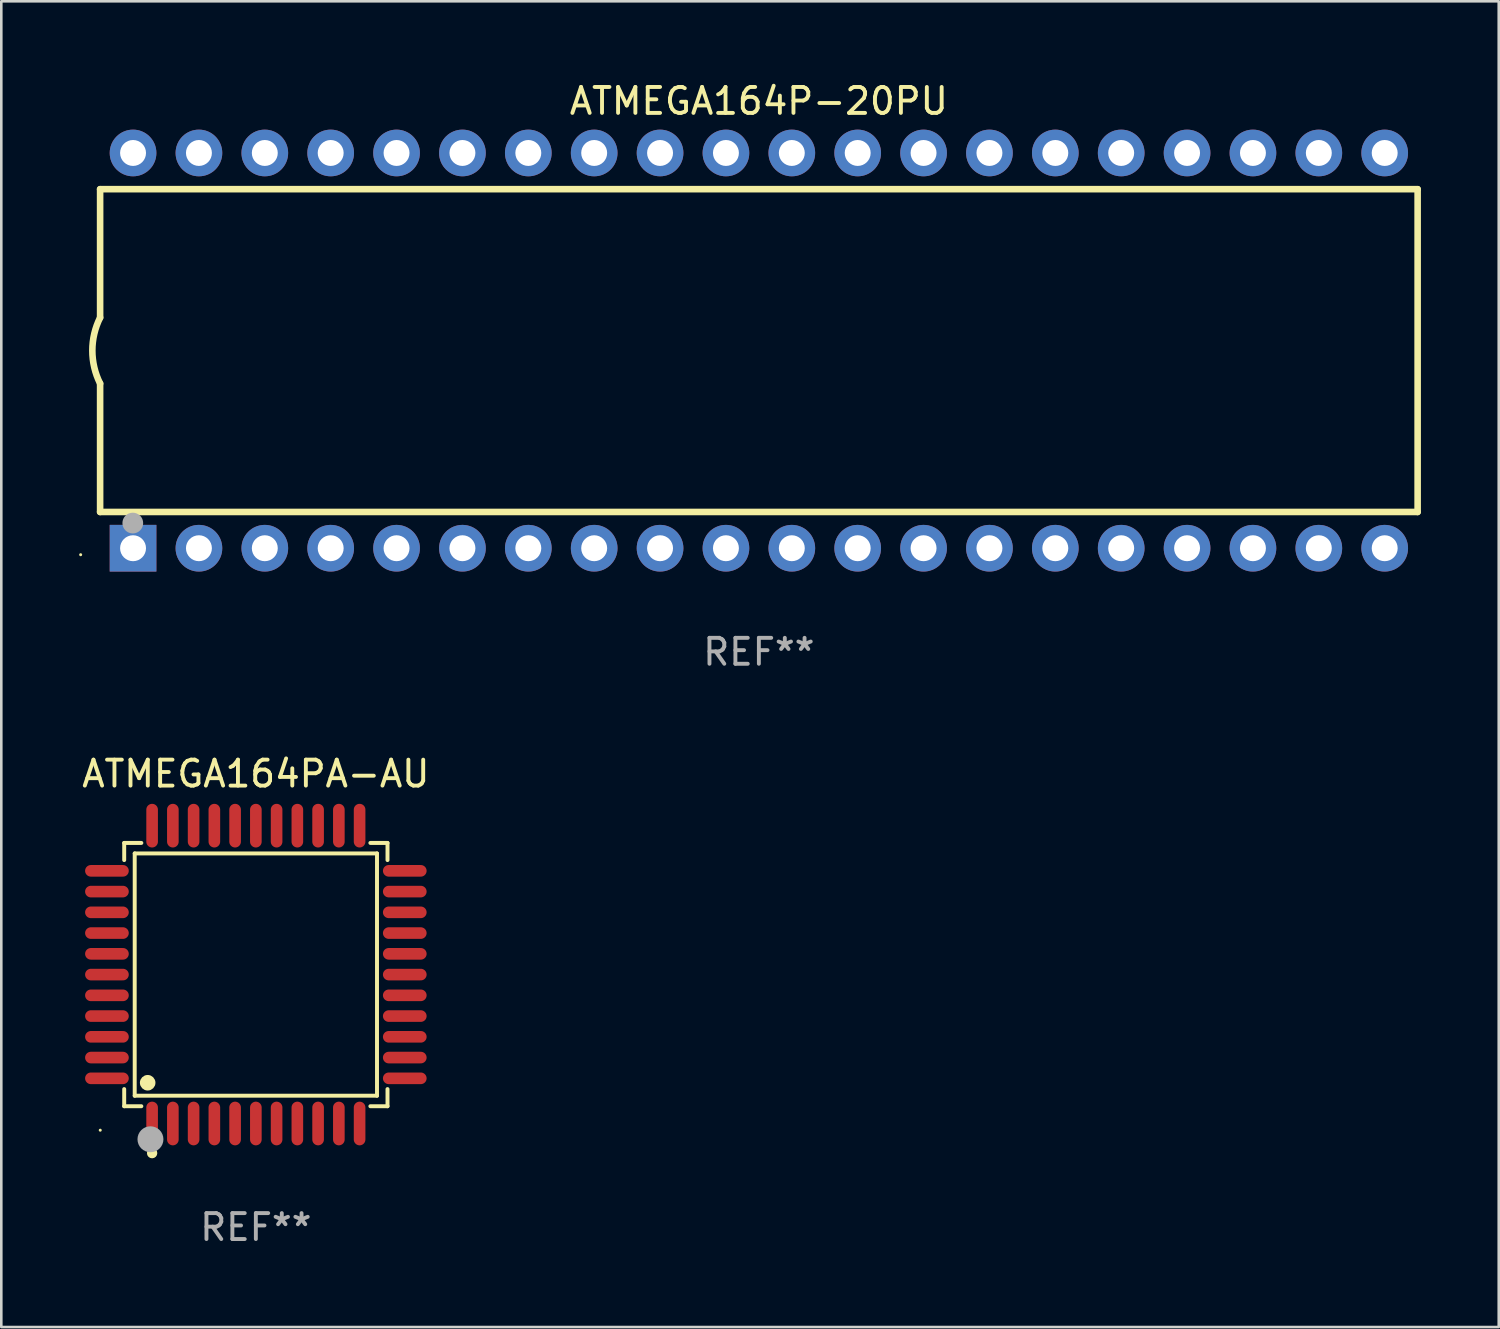
<source format=kicad_pcb>
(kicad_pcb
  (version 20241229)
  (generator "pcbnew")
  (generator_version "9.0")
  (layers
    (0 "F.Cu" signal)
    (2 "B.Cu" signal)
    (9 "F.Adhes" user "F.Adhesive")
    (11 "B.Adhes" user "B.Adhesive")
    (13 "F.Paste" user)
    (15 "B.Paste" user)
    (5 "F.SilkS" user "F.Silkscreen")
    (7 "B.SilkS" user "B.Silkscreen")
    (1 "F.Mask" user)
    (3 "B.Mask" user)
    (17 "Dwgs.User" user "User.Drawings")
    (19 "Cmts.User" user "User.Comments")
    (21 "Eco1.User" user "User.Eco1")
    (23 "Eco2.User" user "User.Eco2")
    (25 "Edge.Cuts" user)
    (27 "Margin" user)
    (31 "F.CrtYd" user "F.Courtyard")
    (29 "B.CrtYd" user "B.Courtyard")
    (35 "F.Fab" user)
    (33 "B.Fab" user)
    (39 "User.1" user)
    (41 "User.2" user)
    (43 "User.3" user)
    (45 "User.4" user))
  (footprint "ATMEGA164PA-AU"
    (layer "F.Cu")
    (at 6.815 34.527)
    (property "Reference" "ATMEGA164PA-AU" (at 0 -7.742 0) (layer "F.SilkS") (effects (font (size 1 1) (thickness 0.15))))
    (attr through_hole)
    (fp_line (start -5.076 -5.076) (end -4.415 -5.076) (stroke (width 0.152) (type solid)) (layer "F.SilkS"))
    (fp_line (start -5.076 -4.415) (end -5.076 -5.076) (stroke (width 0.152) (type solid)) (layer "F.SilkS"))
    (fp_line (start -5.076 4.415) (end -5.076 5.076) (stroke (width 0.152) (type solid)) (layer "F.SilkS"))
    (fp_line (start -5.076 5.076) (end -4.415 5.076) (stroke (width 0.152) (type solid)) (layer "F.SilkS"))
    (fp_line (start -4.671 -4.671) (end 4.671 -4.671) (stroke (width 0.152) (type solid)) (layer "F.SilkS"))
    (fp_line (start -4.671 4.671) (end -4.671 -4.671) (stroke (width 0.152) (type solid)) (layer "F.SilkS"))
    (fp_line (start 4.671 -4.671) (end 4.671 4.671) (stroke (width 0.152) (type solid)) (layer "F.SilkS"))
    (fp_line (start 4.671 4.671) (end -4.671 4.671) (stroke (width 0.152) (type solid)) (layer "F.SilkS"))
    (fp_line (start 5.076 -5.076) (end 4.415 -5.076) (stroke (width 0.152) (type solid)) (layer "F.SilkS"))
    (fp_line (start 5.076 -4.415) (end 5.076 -5.076) (stroke (width 0.152) (type solid)) (layer "F.SilkS"))
    (fp_line (start 5.076 4.415) (end 5.076 5.076) (stroke (width 0.152) (type solid)) (layer "F.SilkS"))
    (fp_line (start 5.076 5.076) (end 4.415 5.076) (stroke (width 0.152) (type solid)) (layer "F.SilkS"))
    (fp_circle (center -6 6) (end -5.97 6) (stroke (width 0.06) (type solid)) (fill no) (layer "F.SilkS"))
    (fp_circle (center -4.171 4.171) (end -4.021 4.171) (stroke (width 0.3) (type solid)) (fill no) (layer "F.SilkS"))
    (fp_circle (center -4 6.884) (end -3.9 6.884) (stroke (width 0.2) (type solid)) (fill no) (layer "F.SilkS"))
    (fp_circle (center -4.064 6.35) (end -3.814 6.35) (stroke (width 0.5) (type solid)) (fill no) (layer "F.Fab"))
    (fp_text user "REF**" (at 0 9.742 0) (layer "F.Fab") (effects (font (size 1 1) (thickness 0.15))))
    (pad "1" smd oval (at -4 5.742) (size 0.448 1.684) (layers "F.Cu" "F.Mask" "F.Paste"))
    (pad "2" smd oval (at -3.2 5.742) (size 0.448 1.684) (layers "F.Cu" "F.Mask" "F.Paste"))
    (pad "3" smd oval (at -2.4 5.742) (size 0.448 1.684) (layers "F.Cu" "F.Mask" "F.Paste"))
    (pad "4" smd oval (at -1.6 5.742) (size 0.448 1.684) (layers "F.Cu" "F.Mask" "F.Paste"))
    (pad "5" smd oval (at -0.8 5.742) (size 0.448 1.684) (layers "F.Cu" "F.Mask" "F.Paste"))
    (pad "6" smd oval (at 0 5.742) (size 0.448 1.684) (layers "F.Cu" "F.Mask" "F.Paste"))
    (pad "7" smd oval (at 0.8 5.742) (size 0.448 1.684) (layers "F.Cu" "F.Mask" "F.Paste"))
    (pad "8" smd oval (at 1.6 5.742) (size 0.448 1.684) (layers "F.Cu" "F.Mask" "F.Paste"))
    (pad "9" smd oval (at 2.4 5.742) (size 0.448 1.684) (layers "F.Cu" "F.Mask" "F.Paste"))
    (pad "10" smd oval (at 3.2 5.742) (size 0.448 1.684) (layers "F.Cu" "F.Mask" "F.Paste"))
    (pad "11" smd oval (at 4 5.742) (size 0.448 1.684) (layers "F.Cu" "F.Mask" "F.Paste"))
    (pad "12" smd oval (at 5.742 4) (size 1.684 0.448) (layers "F.Cu" "F.Mask" "F.Paste"))
    (pad "13" smd oval (at 5.742 3.2) (size 1.684 0.448) (layers "F.Cu" "F.Mask" "F.Paste"))
    (pad "14" smd oval (at 5.742 2.4) (size 1.684 0.448) (layers "F.Cu" "F.Mask" "F.Paste"))
    (pad "15" smd oval (at 5.742 1.6) (size 1.684 0.448) (layers "F.Cu" "F.Mask" "F.Paste"))
    (pad "16" smd oval (at 5.742 0.8) (size 1.684 0.448) (layers "F.Cu" "F.Mask" "F.Paste"))
    (pad "17" smd oval (at 5.742 0) (size 1.684 0.448) (layers "F.Cu" "F.Mask" "F.Paste"))
    (pad "18" smd oval (at 5.742 -0.8) (size 1.684 0.448) (layers "F.Cu" "F.Mask" "F.Paste"))
    (pad "19" smd oval (at 5.742 -1.6) (size 1.684 0.448) (layers "F.Cu" "F.Mask" "F.Paste"))
    (pad "20" smd oval (at 5.742 -2.4) (size 1.684 0.448) (layers "F.Cu" "F.Mask" "F.Paste"))
    (pad "21" smd oval (at 5.742 -3.2) (size 1.684 0.448) (layers "F.Cu" "F.Mask" "F.Paste"))
    (pad "22" smd oval (at 5.742 -4) (size 1.684 0.448) (layers "F.Cu" "F.Mask" "F.Paste"))
    (pad "23" smd oval (at 4 -5.742) (size 0.448 1.684) (layers "F.Cu" "F.Mask" "F.Paste"))
    (pad "24" smd oval (at 3.2 -5.742) (size 0.448 1.684) (layers "F.Cu" "F.Mask" "F.Paste"))
    (pad "25" smd oval (at 2.4 -5.742) (size 0.448 1.684) (layers "F.Cu" "F.Mask" "F.Paste"))
    (pad "26" smd oval (at 1.6 -5.742) (size 0.448 1.684) (layers "F.Cu" "F.Mask" "F.Paste"))
    (pad "27" smd oval (at 0.8 -5.742) (size 0.448 1.684) (layers "F.Cu" "F.Mask" "F.Paste"))
    (pad "28" smd oval (at 0 -5.742) (size 0.448 1.684) (layers "F.Cu" "F.Mask" "F.Paste"))
    (pad "29" smd oval (at -0.8 -5.742) (size 0.448 1.684) (layers "F.Cu" "F.Mask" "F.Paste"))
    (pad "30" smd oval (at -1.6 -5.742) (size 0.448 1.684) (layers "F.Cu" "F.Mask" "F.Paste"))
    (pad "31" smd oval (at -2.4 -5.742) (size 0.448 1.684) (layers "F.Cu" "F.Mask" "F.Paste"))
    (pad "32" smd oval (at -3.2 -5.742) (size 0.448 1.684) (layers "F.Cu" "F.Mask" "F.Paste"))
    (pad "33" smd oval (at -4 -5.742) (size 0.448 1.684) (layers "F.Cu" "F.Mask" "F.Paste"))
    (pad "34" smd oval (at -5.742 -4) (size 1.684 0.448) (layers "F.Cu" "F.Mask" "F.Paste"))
    (pad "35" smd oval (at -5.742 -3.2) (size 1.684 0.448) (layers "F.Cu" "F.Mask" "F.Paste"))
    (pad "36" smd oval (at -5.742 -2.4) (size 1.684 0.448) (layers "F.Cu" "F.Mask" "F.Paste"))
    (pad "37" smd oval (at -5.742 -1.6) (size 1.684 0.448) (layers "F.Cu" "F.Mask" "F.Paste"))
    (pad "38" smd oval (at -5.742 -0.8) (size 1.684 0.448) (layers "F.Cu" "F.Mask" "F.Paste"))
    (pad "39" smd oval (at -5.742 0) (size 1.684 0.448) (layers "F.Cu" "F.Mask" "F.Paste"))
    (pad "40" smd oval (at -5.742 0.8) (size 1.684 0.448) (layers "F.Cu" "F.Mask" "F.Paste"))
    (pad "41" smd oval (at -5.742 1.6) (size 1.684 0.448) (layers "F.Cu" "F.Mask" "F.Paste"))
    (pad "42" smd oval (at -5.742 2.4) (size 1.684 0.448) (layers "F.Cu" "F.Mask" "F.Paste"))
    (pad "43" smd oval (at -5.742 3.2) (size 1.684 0.448) (layers "F.Cu" "F.Mask" "F.Paste"))
    (pad "44" smd oval (at -5.742 4) (size 1.684 0.448) (layers "F.Cu" "F.Mask" "F.Paste")))
  (footprint "ATMEGA164P-20PU"
    (layer "F.Cu")
    (at 26.21 10.468)
    (property "Reference" "ATMEGA164P-20PU" (at 0 -9.62 0) (layer "F.SilkS") (effects (font (size 1 1) (thickness 0.15))))
    (attr through_hole)
    (fp_line (start -25.4 -6.224) (end -25.4 -1.271) (stroke (width 0.254) (type solid)) (layer "F.SilkS"))
    (fp_line (start -25.4 -6.224) (end 25.4 -6.224) (stroke (width 0.254) (type solid)) (layer "F.SilkS"))
    (fp_line (start -25.4 1.269) (end -25.4 6.222) (stroke (width 0.254) (type solid)) (layer "F.SilkS"))
    (fp_line (start -25.4 6.222) (end 25.4 6.222) (stroke (width 0.254) (type solid)) (layer "F.SilkS"))
    (fp_line (start 25.4 6.222) (end 25.4 -6.224) (stroke (width 0.254) (type solid)) (layer "F.SilkS"))
    (fp_arc (start -25.4 1.269241) (mid -25.699807 -0.000762) (end -25.4 -1.270765) (stroke (width 0.254001) (type solid)) (layer "F.SilkS"))
    (fp_circle (center -26.15 7.87) (end -26.12 7.87) (stroke (width 0.06) (type solid)) (fill no) (layer "F.SilkS"))
    (fp_circle (center -24.14 6.65) (end -23.94 6.65) (stroke (width 0.4) (type solid)) (fill no) (layer "F.Fab"))
    (fp_text user "REF**" (at 0 11.62 0) (layer "F.Fab") (effects (font (size 1 1) (thickness 0.15))))
    (pad "1" thru_hole rect (at -24.13 7.62 90) (size 1.8 1.8) (drill 1) (layers "*.Cu" "*.Mask"))
    (pad "2" thru_hole circle (at -21.59 7.62) (size 1.8 1.8) (drill 1) (layers "*.Cu" "*.Mask"))
    (pad "3" thru_hole circle (at -19.05 7.62) (size 1.8 1.8) (drill 1) (layers "*.Cu" "*.Mask"))
    (pad "4" thru_hole circle (at -16.51 7.62) (size 1.8 1.8) (drill 1) (layers "*.Cu" "*.Mask"))
    (pad "5" thru_hole circle (at -13.97 7.62) (size 1.8 1.8) (drill 1) (layers "*.Cu" "*.Mask"))
    (pad "6" thru_hole circle (at -11.43 7.62) (size 1.8 1.8) (drill 1) (layers "*.Cu" "*.Mask"))
    (pad "7" thru_hole circle (at -8.89 7.62) (size 1.8 1.8) (drill 1) (layers "*.Cu" "*.Mask"))
    (pad "8" thru_hole circle (at -6.35 7.62) (size 1.8 1.8) (drill 1) (layers "*.Cu" "*.Mask"))
    (pad "9" thru_hole circle (at -3.81 7.62) (size 1.8 1.8) (drill 1) (layers "*.Cu" "*.Mask"))
    (pad "10" thru_hole circle (at -1.27 7.62) (size 1.8 1.8) (drill 1) (layers "*.Cu" "*.Mask"))
    (pad "11" thru_hole circle (at 1.27 7.62) (size 1.8 1.8) (drill 1) (layers "*.Cu" "*.Mask"))
    (pad "12" thru_hole circle (at 3.81 7.62) (size 1.8 1.8) (drill 1) (layers "*.Cu" "*.Mask"))
    (pad "13" thru_hole circle (at 6.35 7.62) (size 1.8 1.8) (drill 1) (layers "*.Cu" "*.Mask"))
    (pad "14" thru_hole circle (at 8.89 7.62) (size 1.8 1.8) (drill 1) (layers "*.Cu" "*.Mask"))
    (pad "15" thru_hole circle (at 11.43 7.62) (size 1.8 1.8) (drill 1) (layers "*.Cu" "*.Mask"))
    (pad "16" thru_hole circle (at 13.97 7.62) (size 1.8 1.8) (drill 1) (layers "*.Cu" "*.Mask"))
    (pad "17" thru_hole circle (at 16.51 7.62) (size 1.8 1.8) (drill 1) (layers "*.Cu" "*.Mask"))
    (pad "18" thru_hole circle (at 19.05 7.62) (size 1.8 1.8) (drill 1) (layers "*.Cu" "*.Mask"))
    (pad "19" thru_hole circle (at 21.59 7.62) (size 1.8 1.8) (drill 1) (layers "*.Cu" "*.Mask"))
    (pad "20" thru_hole circle (at 24.13 7.62) (size 1.8 1.8) (drill 1) (layers "*.Cu" "*.Mask"))
    (pad "21" thru_hole circle (at 24.13 -7.62) (size 1.8 1.8) (drill 1) (layers "*.Cu" "*.Mask"))
    (pad "22" thru_hole circle (at 21.59 -7.62) (size 1.8 1.8) (drill 1) (layers "*.Cu" "*.Mask"))
    (pad "23" thru_hole circle (at 19.05 -7.62) (size 1.8 1.8) (drill 1) (layers "*.Cu" "*.Mask"))
    (pad "24" thru_hole circle (at 16.51 -7.62) (size 1.8 1.8) (drill 1) (layers "*.Cu" "*.Mask"))
    (pad "25" thru_hole circle (at 13.97 -7.62) (size 1.8 1.8) (drill 1) (layers "*.Cu" "*.Mask"))
    (pad "26" thru_hole circle (at 11.43 -7.62) (size 1.8 1.8) (drill 1) (layers "*.Cu" "*.Mask"))
    (pad "27" thru_hole circle (at 8.89 -7.62) (size 1.8 1.8) (drill 1) (layers "*.Cu" "*.Mask"))
    (pad "28" thru_hole circle (at 6.35 -7.62) (size 1.8 1.8) (drill 1) (layers "*.Cu" "*.Mask"))
    (pad "29" thru_hole circle (at 3.81 -7.62) (size 1.8 1.8) (drill 1) (layers "*.Cu" "*.Mask"))
    (pad "30" thru_hole circle (at 1.27 -7.62) (size 1.8 1.8) (drill 1) (layers "*.Cu" "*.Mask"))
    (pad "31" thru_hole circle (at -1.27 -7.62) (size 1.8 1.8) (drill 1) (layers "*.Cu" "*.Mask"))
    (pad "32" thru_hole circle (at -3.81 -7.62) (size 1.8 1.8) (drill 1) (layers "*.Cu" "*.Mask"))
    (pad "33" thru_hole circle (at -6.35 -7.62) (size 1.8 1.8) (drill 1) (layers "*.Cu" "*.Mask"))
    (pad "34" thru_hole circle (at -8.89 -7.62) (size 1.8 1.8) (drill 1) (layers "*.Cu" "*.Mask"))
    (pad "35" thru_hole circle (at -11.43 -7.62) (size 1.8 1.8) (drill 1) (layers "*.Cu" "*.Mask"))
    (pad "36" thru_hole circle (at -13.97 -7.62) (size 1.8 1.8) (drill 1) (layers "*.Cu" "*.Mask"))
    (pad "37" thru_hole circle (at -16.51 -7.62) (size 1.8 1.8) (drill 1) (layers "*.Cu" "*.Mask"))
    (pad "38" thru_hole circle (at -19.05 -7.62) (size 1.8 1.8) (drill 1) (layers "*.Cu" "*.Mask"))
    (pad "39" thru_hole circle (at -21.59 -7.62) (size 1.8 1.8) (drill 1) (layers "*.Cu" "*.Mask"))
    (pad "40" thru_hole circle (at -24.13 -7.62) (size 1.8 1.8) (drill 1) (layers "*.Cu" "*.Mask")))
  (gr_rect
    (start -3 -3)
    (end 54.737 48.117)
    (stroke (width 0.1) (type default))
    (fill no)
    (layer "Edge.Cuts")))
</source>
